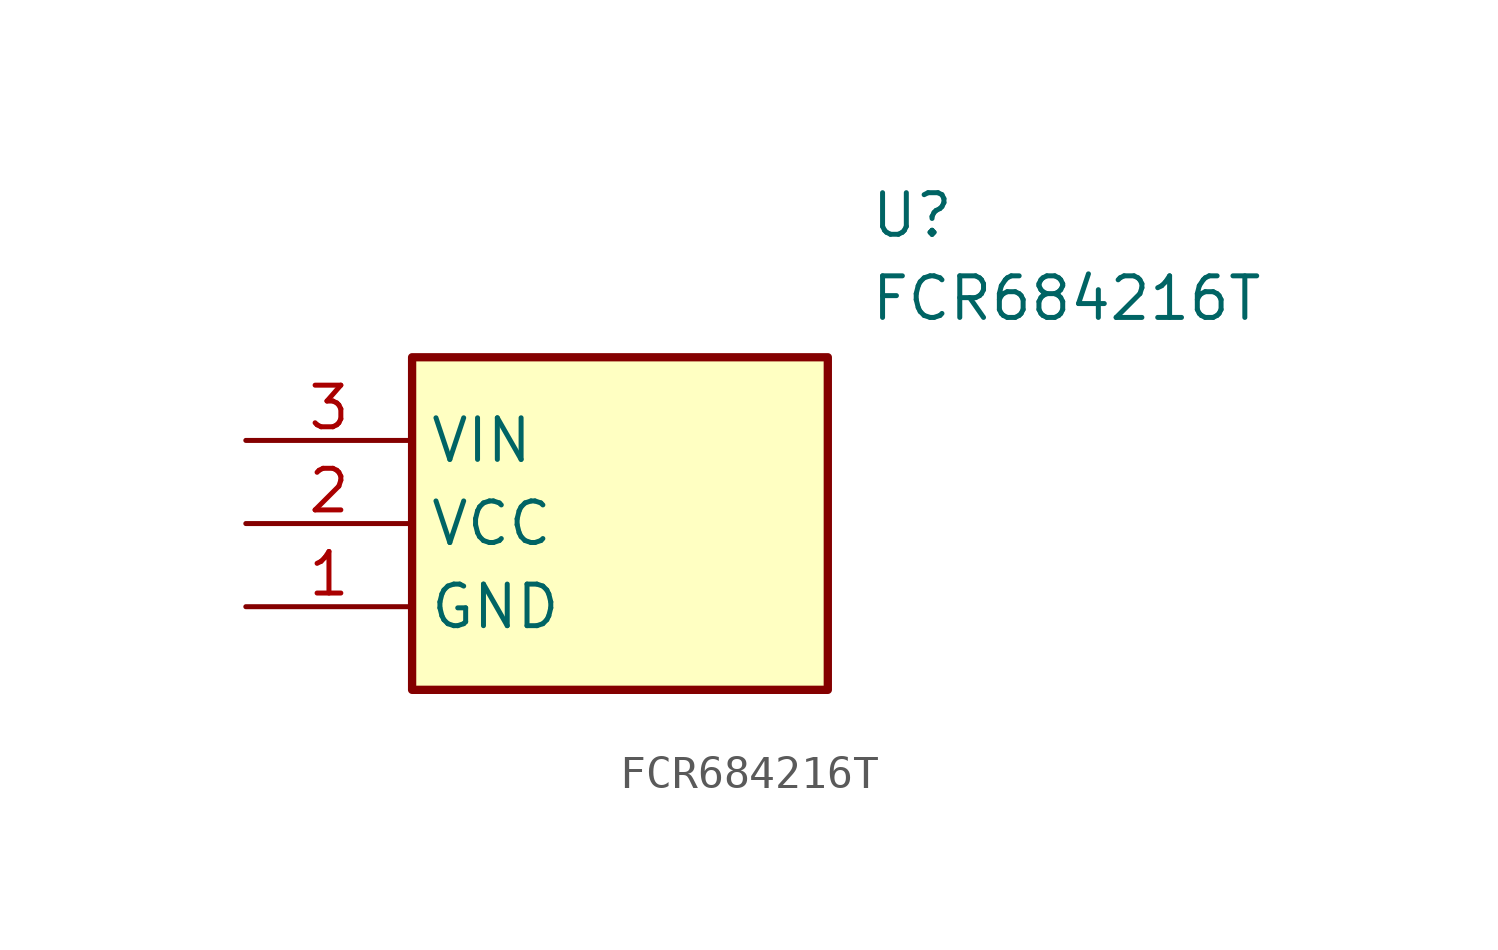
<source format=kicad_sym>
(kicad_symbol_lib
  (version 20211014)
  (generator SamacSys_ECAD_Model)
  (symbol "FCR684216T"
    (property "Reference" "U"
      (at 19.05 7.62 0)
      (effects (font (size 1.27 1.27)) (justify left top)))
    (property "Value" "FCR684216T"
      (at 19.05 5.08 0)
      (effects (font (size 1.27 1.27)) (justify left top)))
    (rectangle
      (start 5.08 2.54)
      (end 17.78 -7.62)
      (stroke (width 0.254) (type default))
      (fill (type background)))
    (pin passive line
      (at 0 -5.08 0)
      (length 5.08)
      (name "GND" (effects (font (size 1.27 1.27))))
      (number "1" (effects (font (size 1.27 1.27)))))
    (pin passive line
      (at 0 -2.54 0)
      (length 5.08)
      (name "VCC" (effects (font (size 1.27 1.27))))
      (number "2" (effects (font (size 1.27 1.27)))))
    (pin passive line
      (at 0 0 0)
      (length 5.08)
      (name "VIN" (effects (font (size 1.27 1.27))))
      (number "3" (effects (font (size 1.27 1.27)))))))
</source>
